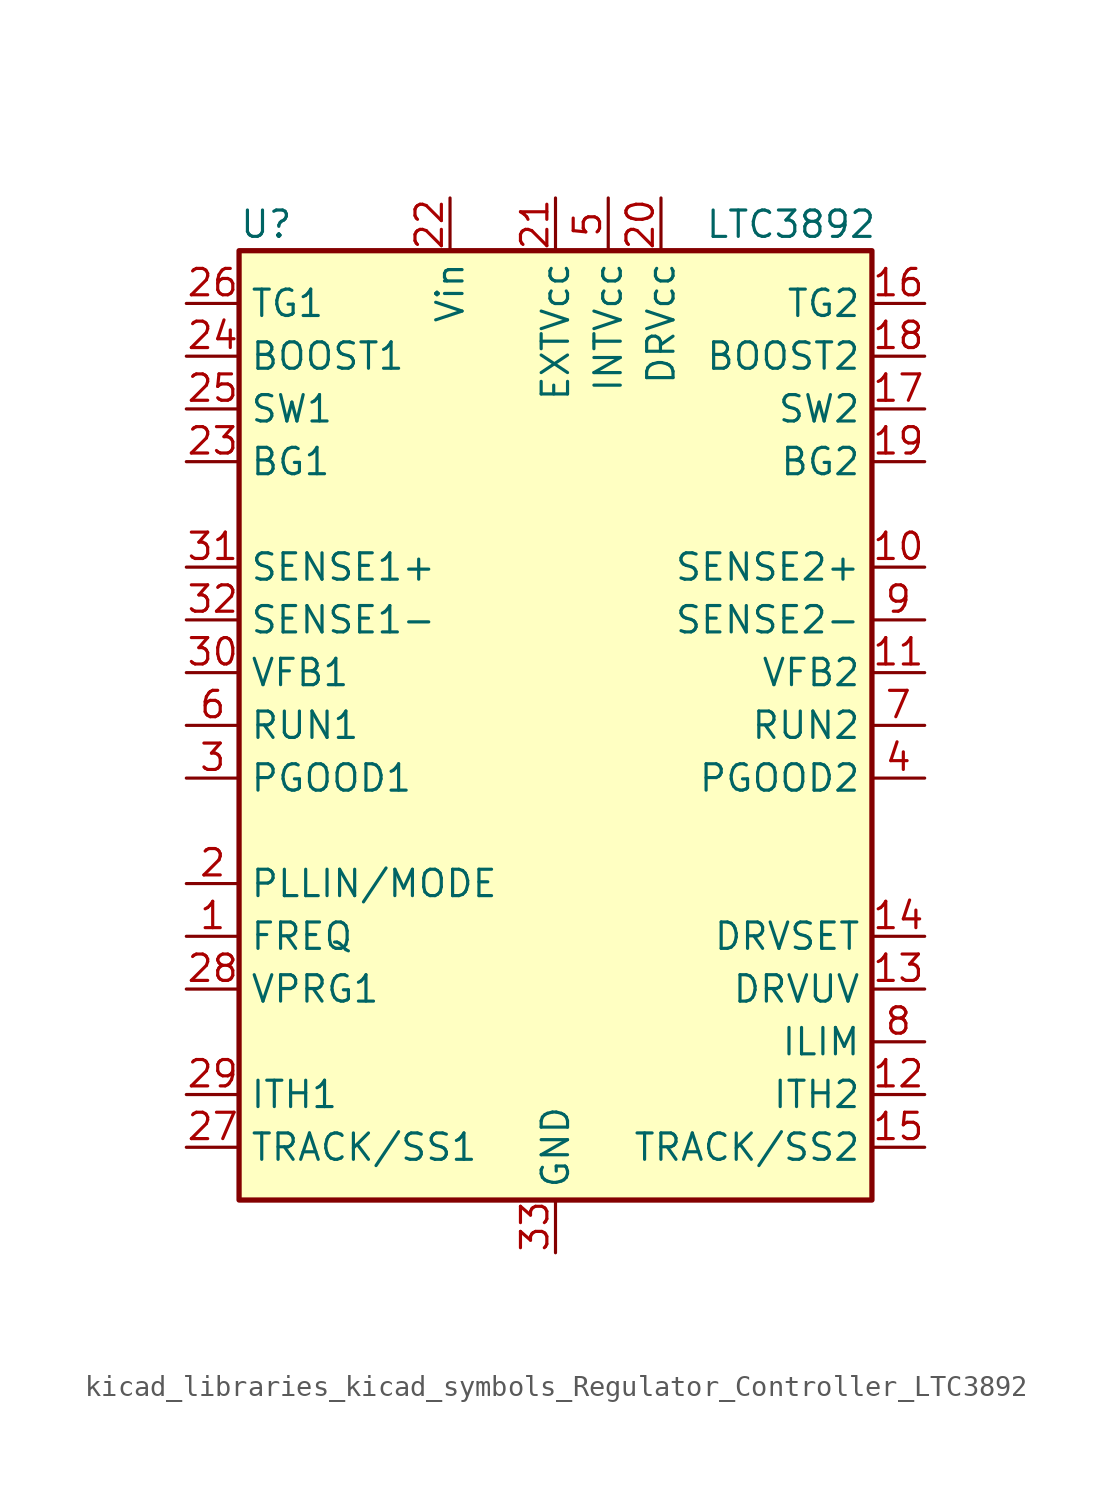
<source format=kicad_sym>
(kicad_symbol_lib
  (version 20220914)
  (generator kicad_symbol_editor)
  (symbol "kicad_libraries_kicad_symbols_Regulator_Controller_LTC3892"
    (property "Reference" "U"
      (at -15.24 24.13 0)
      (effects (font (size 1.27 1.27)) (justify left)))
    (property "Value" "LTC3892"
      (at 15.494 24.13 0)
      (effects (font (size 1.27 1.27)) (justify right)))
    (symbol "kicad_libraries_kicad_symbols_Regulator_Controller_LTC3892_0_1"
      (rectangle (start -15.24 22.86) (end 15.24 -22.86) (stroke (width 0.254) (type default)) (fill (type background))))
    (symbol "kicad_libraries_kicad_symbols_Regulator_Controller_LTC3892_1_1"
      (pin input line (at -17.78 -10.16 0) (length 2.54) (name "FREQ" (effects (font (size 1.27 1.27)))) (number "1" (effects (font (size 1.27 1.27)))))
      (pin input line (at 17.78 7.62 180) (length 2.54) (name "SENSE2+" (effects (font (size 1.27 1.27)))) (number "10" (effects (font (size 1.27 1.27)))))
      (pin input line (at 17.78 2.54 180) (length 2.54) (name "VFB2" (effects (font (size 1.27 1.27)))) (number "11" (effects (font (size 1.27 1.27)))))
      (pin passive line (at 17.78 -17.78 180) (length 2.54) (name "ITH2" (effects (font (size 1.27 1.27)))) (number "12" (effects (font (size 1.27 1.27)))))
      (pin input line (at 17.78 -12.7 180) (length 2.54) (name "DRVUV" (effects (font (size 1.27 1.27)))) (number "13" (effects (font (size 1.27 1.27)))))
      (pin input line (at 17.78 -10.16 180) (length 2.54) (name "DRVSET" (effects (font (size 1.27 1.27)))) (number "14" (effects (font (size 1.27 1.27)))))
      (pin input line (at 17.78 -20.32 180) (length 2.54) (name "TRACK/SS2" (effects (font (size 1.27 1.27)))) (number "15" (effects (font (size 1.27 1.27)))))
      (pin output line (at 17.78 20.32 180) (length 2.54) (name "TG2" (effects (font (size 1.27 1.27)))) (number "16" (effects (font (size 1.27 1.27)))))
      (pin output line (at 17.78 15.24 180) (length 2.54) (name "SW2" (effects (font (size 1.27 1.27)))) (number "17" (effects (font (size 1.27 1.27)))))
      (pin output line (at 17.78 17.78 180) (length 2.54) (name "BOOST2" (effects (font (size 1.27 1.27)))) (number "18" (effects (font (size 1.27 1.27)))))
      (pin output line (at 17.78 12.7 180) (length 2.54) (name "BG2" (effects (font (size 1.27 1.27)))) (number "19" (effects (font (size 1.27 1.27)))))
      (pin input line (at -17.78 -7.62 0) (length 2.54) (name "PLLIN/MODE" (effects (font (size 1.27 1.27)))) (number "2" (effects (font (size 1.27 1.27)))))
      (pin power_out line (at 5.08 25.4 270) (length 2.54) (name "DRVcc" (effects (font (size 1.27 1.27)))) (number "20" (effects (font (size 1.27 1.27)))))
      (pin power_in line (at 0 25.4 270) (length 2.54) (name "EXTVcc" (effects (font (size 1.27 1.27)))) (number "21" (effects (font (size 1.27 1.27)))))
      (pin power_in line (at -5.08 25.4 270) (length 2.54) (name "Vin" (effects (font (size 1.27 1.27)))) (number "22" (effects (font (size 1.27 1.27)))))
      (pin output line (at -17.78 12.7 0) (length 2.54) (name "BG1" (effects (font (size 1.27 1.27)))) (number "23" (effects (font (size 1.27 1.27)))))
      (pin output line (at -17.78 17.78 0) (length 2.54) (name "BOOST1" (effects (font (size 1.27 1.27)))) (number "24" (effects (font (size 1.27 1.27)))))
      (pin output line (at -17.78 15.24 0) (length 2.54) (name "SW1" (effects (font (size 1.27 1.27)))) (number "25" (effects (font (size 1.27 1.27)))))
      (pin output line (at -17.78 20.32 0) (length 2.54) (name "TG1" (effects (font (size 1.27 1.27)))) (number "26" (effects (font (size 1.27 1.27)))))
      (pin input line (at -17.78 -20.32 0) (length 2.54) (name "TRACK/SS1" (effects (font (size 1.27 1.27)))) (number "27" (effects (font (size 1.27 1.27)))))
      (pin passive line (at -17.78 -12.7 0) (length 2.54) (name "VPRG1" (effects (font (size 1.27 1.27)))) (number "28" (effects (font (size 1.27 1.27)))))
      (pin passive line (at -17.78 -17.78 0) (length 2.54) (name "ITH1" (effects (font (size 1.27 1.27)))) (number "29" (effects (font (size 1.27 1.27)))))
      (pin output line (at -17.78 -2.54 0) (length 2.54) (name "PGOOD1" (effects (font (size 1.27 1.27)))) (number "3" (effects (font (size 1.27 1.27)))))
      (pin input line (at -17.78 2.54 0) (length 2.54) (name "VFB1" (effects (font (size 1.27 1.27)))) (number "30" (effects (font (size 1.27 1.27)))))
      (pin input line (at -17.78 7.62 0) (length 2.54) (name "SENSE1+" (effects (font (size 1.27 1.27)))) (number "31" (effects (font (size 1.27 1.27)))))
      (pin input line (at -17.78 5.08 0) (length 2.54) (name "SENSE1-" (effects (font (size 1.27 1.27)))) (number "32" (effects (font (size 1.27 1.27)))))
      (pin power_in line (at 0 -25.4 90) (length 2.54) (name "GND" (effects (font (size 1.27 1.27)))) (number "33" (effects (font (size 1.27 1.27)))))
      (pin output line (at 17.78 -2.54 180) (length 2.54) (name "PGOOD2" (effects (font (size 1.27 1.27)))) (number "4" (effects (font (size 1.27 1.27)))))
      (pin power_out line (at 2.54 25.4 270) (length 2.54) (name "INTVcc" (effects (font (size 1.27 1.27)))) (number "5" (effects (font (size 1.27 1.27)))))
      (pin input line (at -17.78 0 0) (length 2.54) (name "RUN1" (effects (font (size 1.27 1.27)))) (number "6" (effects (font (size 1.27 1.27)))))
      (pin input line (at 17.78 0 180) (length 2.54) (name "RUN2" (effects (font (size 1.27 1.27)))) (number "7" (effects (font (size 1.27 1.27)))))
      (pin input line (at 17.78 -15.24 180) (length 2.54) (name "ILIM" (effects (font (size 1.27 1.27)))) (number "8" (effects (font (size 1.27 1.27)))))
      (pin input line (at 17.78 5.08 180) (length 2.54) (name "SENSE2-" (effects (font (size 1.27 1.27)))) (number "9" (effects (font (size 1.27 1.27))))))))
</source>
